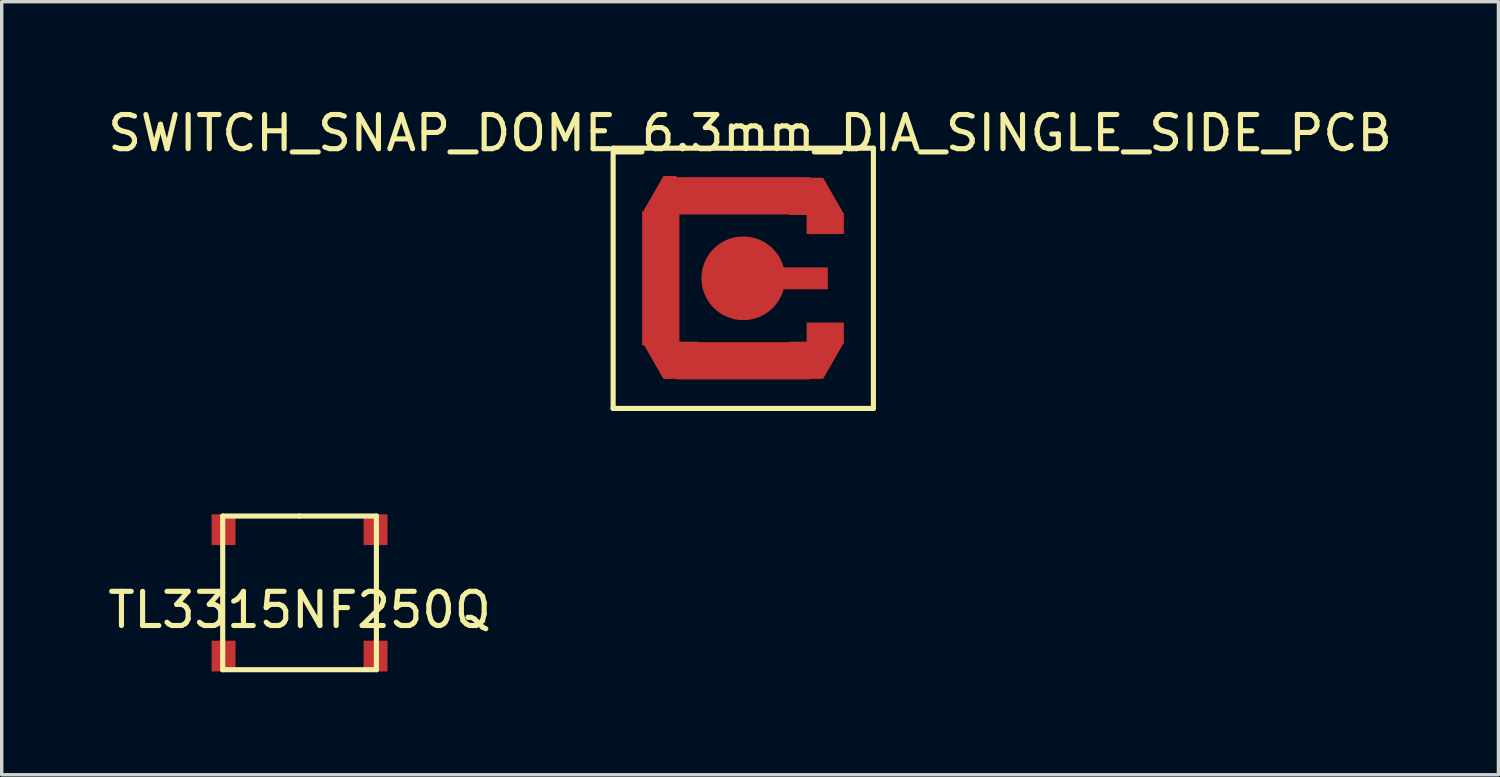
<source format=kicad_pcb>
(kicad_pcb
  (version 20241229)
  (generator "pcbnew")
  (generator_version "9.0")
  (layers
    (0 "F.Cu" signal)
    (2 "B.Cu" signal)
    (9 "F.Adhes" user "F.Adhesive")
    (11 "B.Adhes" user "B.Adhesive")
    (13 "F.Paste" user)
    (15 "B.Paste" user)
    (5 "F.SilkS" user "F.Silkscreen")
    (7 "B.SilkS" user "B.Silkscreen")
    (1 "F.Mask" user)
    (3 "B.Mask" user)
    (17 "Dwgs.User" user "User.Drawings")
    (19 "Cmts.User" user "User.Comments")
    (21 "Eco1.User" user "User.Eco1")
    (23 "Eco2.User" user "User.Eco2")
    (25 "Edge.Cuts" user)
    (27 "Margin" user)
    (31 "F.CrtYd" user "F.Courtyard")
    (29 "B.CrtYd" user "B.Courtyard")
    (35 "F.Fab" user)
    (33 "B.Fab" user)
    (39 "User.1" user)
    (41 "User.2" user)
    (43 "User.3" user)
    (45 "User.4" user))
  (footprint "SWITCH_SNAP_DOME_6.3mm_DIA_SINGLE_SIDE_PCB"
    (layer "F.Cu")
    (at 18.711 5.098)
    (property "Reference" "SWITCH_SNAP_DOME_6.3mm_DIA_SINGLE_SIDE_PCB" (at 0.2 -4.25 0) (layer "F.SilkS") (effects (font (size 1 1) (thickness 0.15))))
    (attr through_hole)
    (fp_line (start -3.81 -3.81) (end -3.81 3.81) (stroke (width 0.15) (type solid)) (layer "F.SilkS"))
    (fp_line (start -3.81 3.81) (end 3.81 3.81) (stroke (width 0.15) (type solid)) (layer "F.SilkS"))
    (fp_line (start 3.81 -3.81) (end -3.81 -3.81) (stroke (width 0.15) (type solid)) (layer "F.SilkS"))
    (fp_line (start 3.81 3.81) (end 3.81 -3.81) (stroke (width 0.15) (type solid)) (layer "F.SilkS"))
    (pad "1" smd circle (at 0 0) (size 2.45 2.45) (layers "F.Cu" "F.Mask" "F.Paste"))
    (pad "1" smd rect (at 1.25 0) (size 2.45 0.64) (layers "F.Cu" "F.Mask" "F.Paste"))
    (pad "2" smd rect (at -2.415 0) (size 1.09 3.92) (layers "F.Cu" "F.Mask" "F.Paste"))
    (pad "2" smd trapezoid (at -2.15 -2.45) (size 1 1.09) (rect_delta 0 0.625) (layers "F.Cu" "F.Mask" "F.Paste"))
    (pad "2" smd trapezoid (at -2.15 2.4 180) (size 1 1.09) (rect_delta 0 0.625) (layers "F.Cu" "F.Mask" "F.Paste"))
    (pad "2" smd rect (at 0 -2.415) (size 3.92 1.09) (layers "F.Cu" "F.Mask" "F.Paste"))
    (pad "2" smd rect (at 0 2.415) (size 3.92 1.09) (layers "F.Cu" "F.Mask" "F.Paste"))
    (pad "2" smd trapezoid (at 2.15 -2.4) (size 1 1.09) (rect_delta 0 0.625) (layers "F.Cu" "F.Mask" "F.Paste"))
    (pad "2" smd trapezoid (at 2.15 2.4 180) (size 1 1.09) (rect_delta 0 0.625) (layers "F.Cu" "F.Mask" "F.Paste"))
    (pad "2" smd rect (at 2.4 -1.6) (size 1.09 0.608) (layers "F.Cu" "F.Mask" "F.Paste"))
    (pad "2" smd rect (at 2.4 1.6) (size 1.09 0.608) (layers "F.Cu" "F.Mask" "F.Paste")))
  (footprint "TL3315NF250Q"
    (layer "F.Cu")
    (at 5.72 14.308)
    (property "Reference" "TL3315NF250Q" (at 0 0.5 0) (layer "F.SilkS") (effects (font (size 1 1) (thickness 0.15))))
    (attr through_hole)
    (fp_line (start -2.25 -2.25) (end -2.25 0) (stroke (width 0.15) (type solid)) (layer "F.SilkS"))
    (fp_line (start -2.25 0) (end -2.25 2.25) (stroke (width 0.15) (type solid)) (layer "F.SilkS"))
    (fp_line (start -2.25 2.25) (end 2.25 2.25) (stroke (width 0.15) (type solid)) (layer "F.SilkS"))
    (fp_line (start 0 -2.25) (end -2.25 -2.25) (stroke (width 0.15) (type solid)) (layer "F.SilkS"))
    (fp_line (start 2.25 -2.25) (end 0 -2.25) (stroke (width 0.15) (type solid)) (layer "F.SilkS"))
    (fp_line (start 2.25 2.25) (end 2.25 -2.25) (stroke (width 0.15) (type solid)) (layer "F.SilkS"))
    (pad "1" smd trapezoid (at -2.225 -1.85) (size 0.7 0.9) (layers "F.Cu" "F.Mask" "F.Paste"))
    (pad "2" smd trapezoid (at 2.225 -1.85) (size 0.7 0.9) (layers "F.Cu" "F.Mask" "F.Paste"))
    (pad "3" smd trapezoid (at -2.225 1.85) (size 0.7 0.9) (layers "F.Cu" "F.Mask" "F.Paste"))
    (pad "4" smd trapezoid (at 2.225 1.85) (size 0.7 0.9) (layers "F.Cu" "F.Mask" "F.Paste")))
  (gr_rect
    (start -3 -3)
    (end 40.821 19.633)
    (stroke (width 0.1) (type default))
    (fill no)
    (layer "Edge.Cuts")))
</source>
